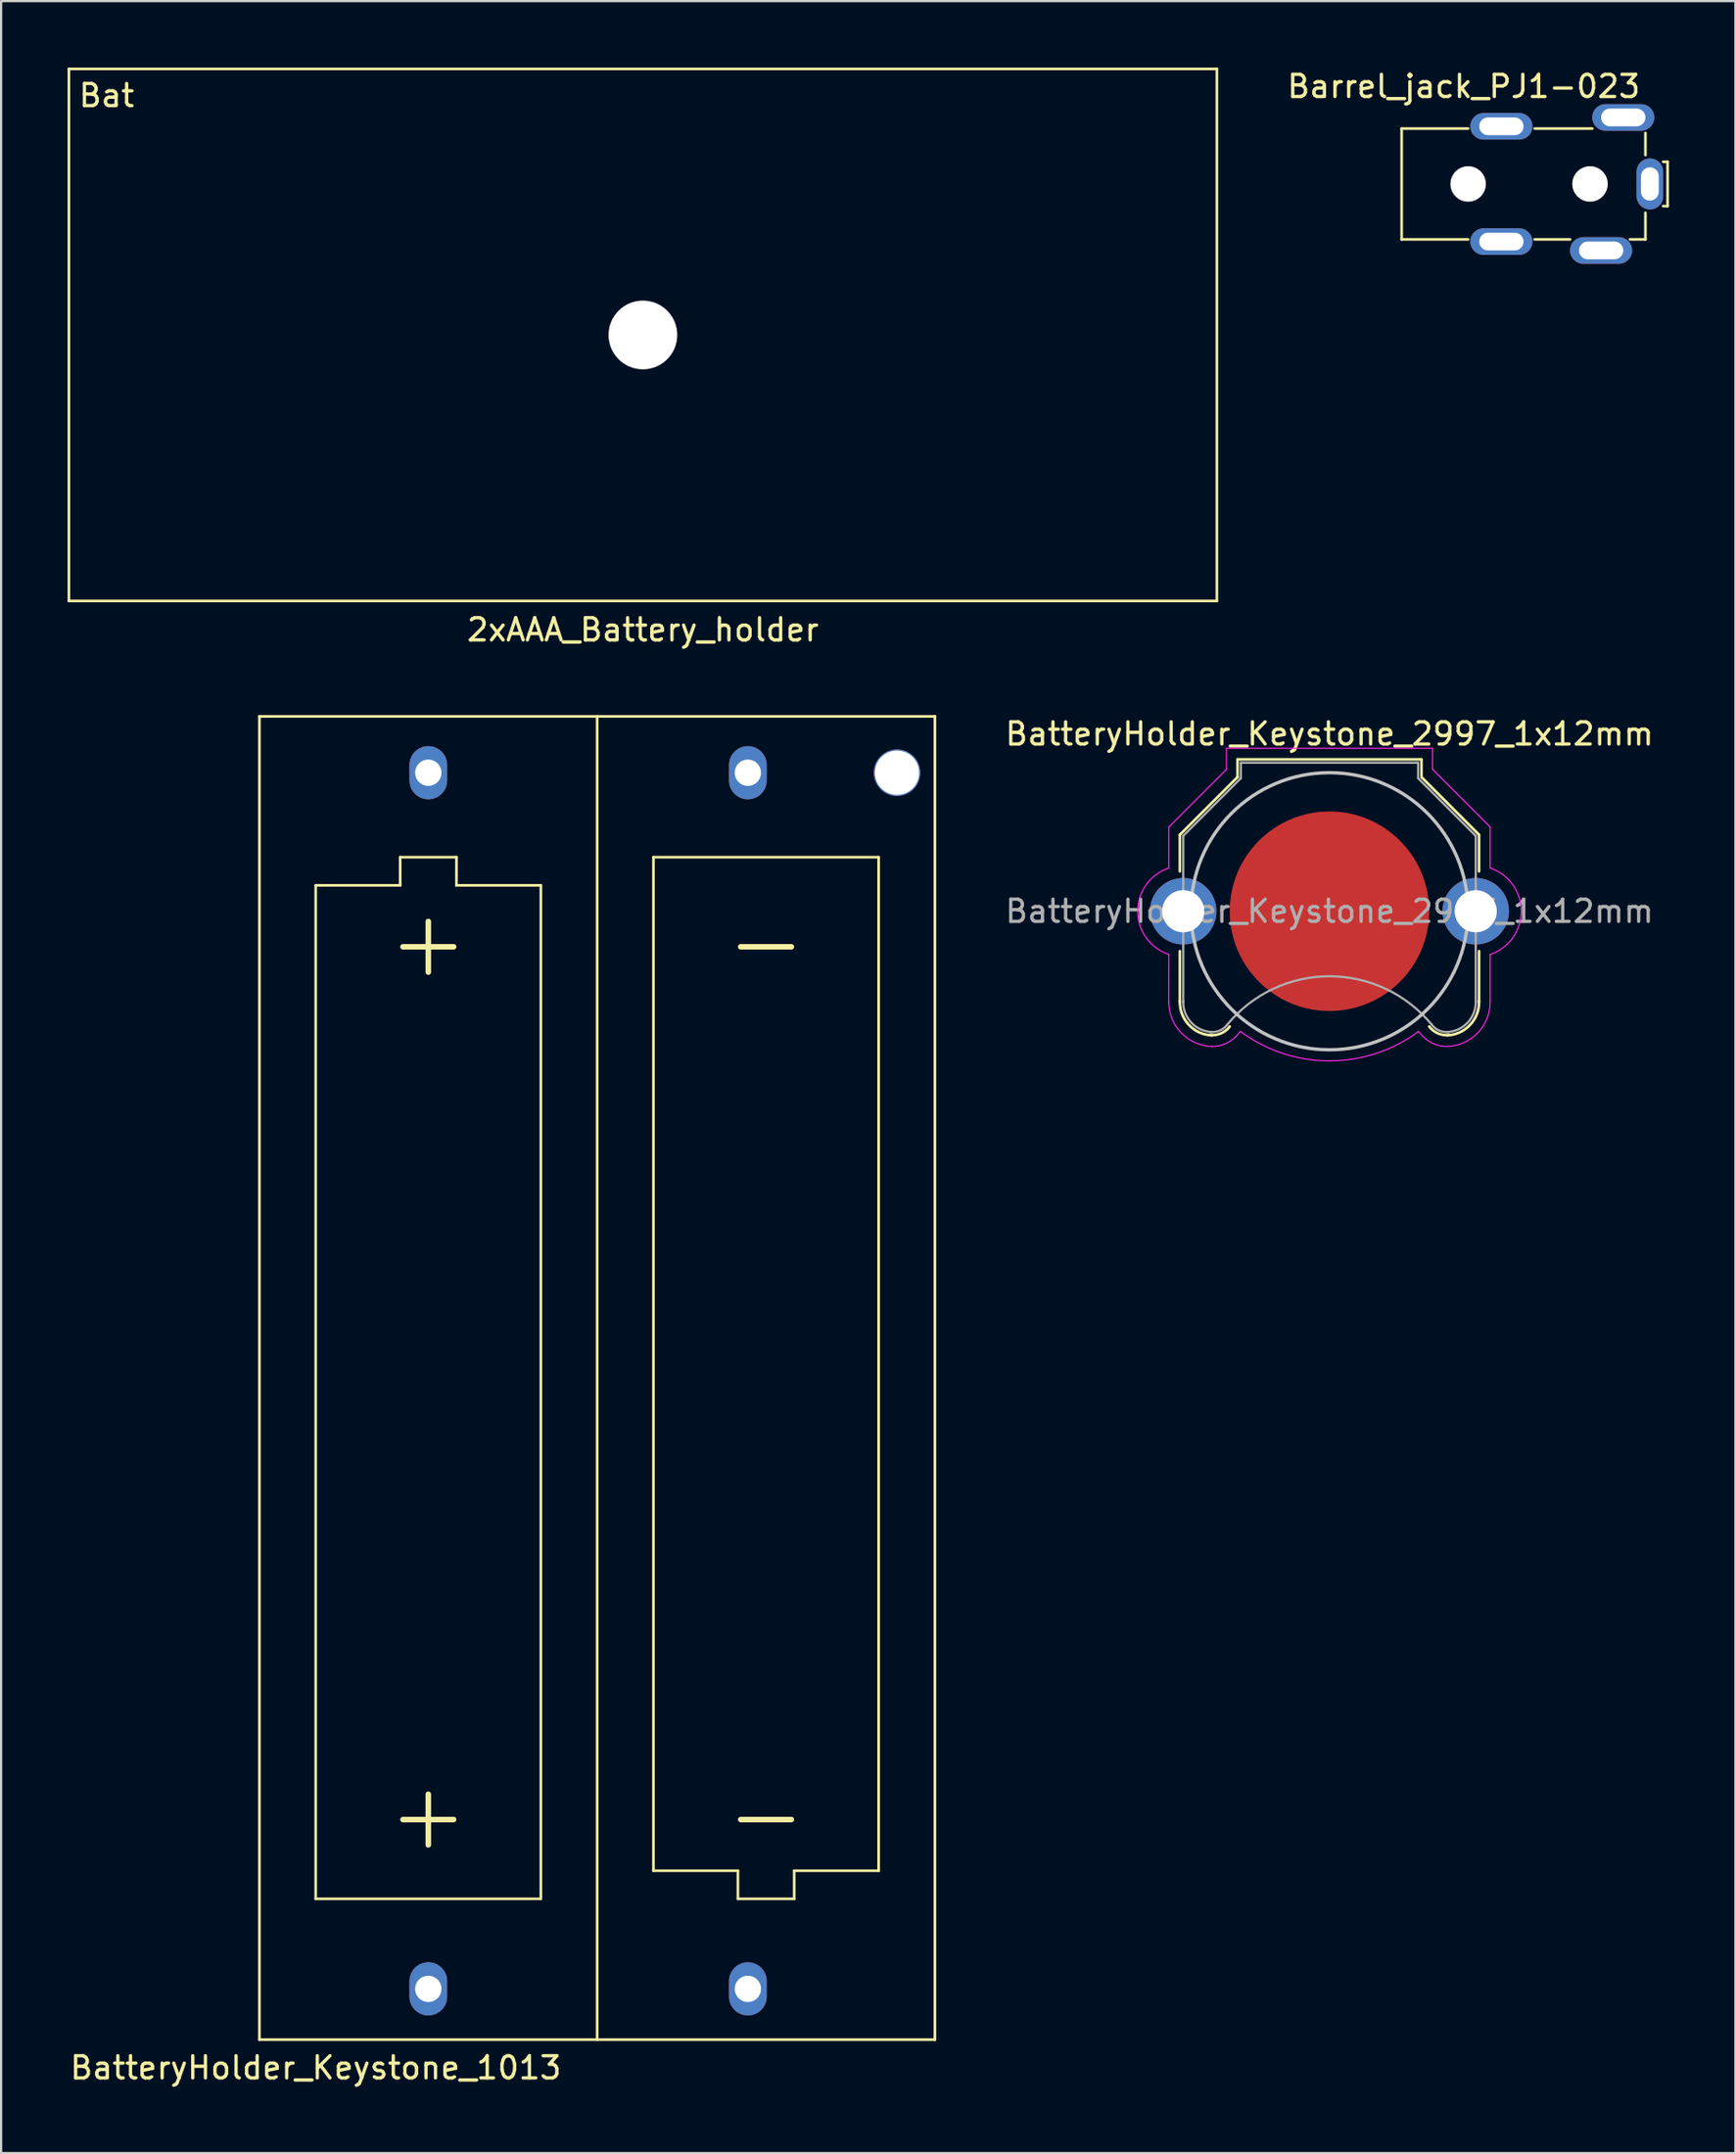
<source format=kicad_pcb>
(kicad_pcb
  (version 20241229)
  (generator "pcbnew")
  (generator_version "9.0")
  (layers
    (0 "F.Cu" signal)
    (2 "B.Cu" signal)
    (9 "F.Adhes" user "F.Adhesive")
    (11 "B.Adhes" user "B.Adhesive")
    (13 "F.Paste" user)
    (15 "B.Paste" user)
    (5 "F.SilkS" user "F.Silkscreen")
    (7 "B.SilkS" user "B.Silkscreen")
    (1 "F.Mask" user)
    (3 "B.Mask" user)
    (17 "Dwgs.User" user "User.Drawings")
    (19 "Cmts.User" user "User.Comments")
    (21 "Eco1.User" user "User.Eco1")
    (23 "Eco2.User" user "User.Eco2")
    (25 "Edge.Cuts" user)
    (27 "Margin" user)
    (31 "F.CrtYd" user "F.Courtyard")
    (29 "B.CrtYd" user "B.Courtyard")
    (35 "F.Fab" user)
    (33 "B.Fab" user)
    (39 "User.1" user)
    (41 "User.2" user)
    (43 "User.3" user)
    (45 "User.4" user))
  (footprint "2xAAA_Battery_holder"
    (layer "F.Cu")
    (at 25.96 12.06)
    (property "Reference" "2xAAA_Battery_holder" (at 0 13.3 0) (layer "F.SilkS") (effects (font (size 1 1) (thickness 0.15))))
    (attr through_hole)
    (fp_line (start -25.9 -12) (end 25.9 -12) (stroke (width 0.12) (type solid)) (layer "F.SilkS"))
    (fp_line (start -25.9 12) (end -25.9 -12) (stroke (width 0.12) (type solid)) (layer "F.SilkS"))
    (fp_line (start 25.9 -12) (end 25.9 12) (stroke (width 0.12) (type solid)) (layer "F.SilkS"))
    (fp_line (start 25.9 12) (end -25.9 12) (stroke (width 0.12) (type solid)) (layer "F.SilkS"))
    (fp_text user "Bat" (at -24.2 -10.8 180) (layer "F.SilkS") (effects (font (size 1 1) (thickness 0.15))))
    (pad "" np_thru_hole circle (at 0 0) (size 3.1 3.1) (drill 3.1) (layers "*.Cu" "*.Mask")))
  (footprint "BatteryHolder_Keystone_2997_1x12mm"
    (layer "F.Cu")
    (at 56.94 38.056)
    (property "Reference" "BatteryHolder_Keystone_2997_1x12mm" (at 0 -8 0) (layer "F.SilkS") (effects (font (size 1 1) (thickness 0.15))))
    (attr through_hole)
    (fp_line (start -6.75 -3.45) (end -4.15 -6.05) (stroke (width 0.12) (type solid)) (layer "F.SilkS"))
    (fp_line (start -6.75 -1.8) (end -6.75 -3.45) (stroke (width 0.12) (type solid)) (layer "F.SilkS"))
    (fp_line (start -6.75 1.8) (end -6.75 4.1) (stroke (width 0.12) (type solid)) (layer "F.SilkS"))
    (fp_line (start -4.15 -6.85) (end 4.15 -6.85) (stroke (width 0.12) (type solid)) (layer "F.SilkS"))
    (fp_line (start -4.15 -6.05) (end -4.15 -6.85) (stroke (width 0.12) (type solid)) (layer "F.SilkS"))
    (fp_line (start 4.15 -6.85) (end 4.15 -6.05) (stroke (width 0.12) (type solid)) (layer "F.SilkS"))
    (fp_line (start 4.15 -6.05) (end 6.75 -3.45) (stroke (width 0.12) (type solid)) (layer "F.SilkS"))
    (fp_line (start 6.75 -3.45) (end 6.75 -1.8) (stroke (width 0.12) (type solid)) (layer "F.SilkS"))
    (fp_line (start 6.75 1.8) (end 6.75 4.1) (stroke (width 0.12) (type solid)) (layer "F.SilkS"))
    (fp_arc (start -5.3 5.6) (mid -6.346016 5.125305) (end -6.75 4.05) (stroke (width 0.12) (type solid)) (layer "F.SilkS"))
    (fp_arc (start -4.5 5.2) (mid -4.90584 5.514615) (end -5.414615 5.58416) (stroke (width 0.12) (type solid)) (layer "F.SilkS"))
    (fp_arc (start 5.414615 5.58416) (mid 4.90584 5.514615) (end 4.5 5.2) (stroke (width 0.12) (type solid)) (layer "F.SilkS"))
    (fp_arc (start 6.75 4.05) (mid 6.346016 5.125305) (end 5.3 5.6) (stroke (width 0.12) (type solid)) (layer "F.SilkS"))
    (fp_circle (center 0 0) (end 0 6.25) (stroke (width 0.15) (type solid)) (fill no) (layer "Dwgs.User"))
    (fp_line (start -7.25 -3.8) (end -4.65 -6.4) (stroke (width 0.05) (type solid)) (layer "F.CrtYd"))
    (fp_line (start -7.25 -1.95) (end -7.25 -3.8) (stroke (width 0.05) (type solid)) (layer "F.CrtYd"))
    (fp_line (start -7.25 1.95) (end -7.251 4.1) (stroke (width 0.05) (type solid)) (layer "F.CrtYd"))
    (fp_line (start -4.65 -7.35) (end 4.65 -7.35) (stroke (width 0.05) (type solid)) (layer "F.CrtYd"))
    (fp_line (start -4.65 -6.4) (end -4.65 -7.35) (stroke (width 0.05) (type solid)) (layer "F.CrtYd"))
    (fp_line (start 4.65 -6.4) (end 4.65 -7.35) (stroke (width 0.05) (type solid)) (layer "F.CrtYd"))
    (fp_line (start 7.25 -3.8) (end 4.65 -6.4) (stroke (width 0.05) (type solid)) (layer "F.CrtYd"))
    (fp_line (start 7.25 -1.95) (end 7.25 -3.8) (stroke (width 0.05) (type solid)) (layer "F.CrtYd"))
    (fp_line (start 7.25 1.95) (end 7.249 4.05) (stroke (width 0.05) (type solid)) (layer "F.CrtYd"))
    (fp_arc (start -7.25 1.95) (mid -8.65548 0) (end -7.25 -1.95) (stroke (width 0.05) (type solid)) (layer "F.CrtYd"))
    (fp_arc (start -5.299994 6.0991) (mid -6.681586 5.496232) (end -7.249725 4.1) (stroke (width 0.05) (type solid)) (layer "F.CrtYd"))
    (fp_arc (start -4.22 5.65) (mid -4.714391 5.984223) (end -5.299994 6.0991) (stroke (width 0.05) (type solid)) (layer "F.CrtYd"))
    (fp_arc (start -4.22 5.65) (mid -4.123264 5.533596) (end -4.0234 5.419865) (stroke (width 0.05) (type solid)) (layer "F.CrtYd"))
    (fp_arc (start 0 6.75) (mid -2.118783 6.408842) (end -4.023392 5.419854) (stroke (width 0.05) (type solid)) (layer "F.CrtYd"))
    (fp_arc (start 4.016922 5.424673) (mid 4.120044 5.53591) (end 4.22 5.65) (stroke (width 0.05) (type solid)) (layer "F.CrtYd"))
    (fp_arc (start 4.017026 5.424574) (mid 2.115021 6.410085) (end 0 6.75) (stroke (width 0.05) (type solid)) (layer "F.CrtYd"))
    (fp_arc (start 5.513125 6.082436) (mid 4.814553 6.021742) (end 4.22 5.65) (stroke (width 0.05) (type solid)) (layer "F.CrtYd"))
    (fp_arc (start 7.249197 4.05002) (mid 6.770593 5.398878) (end 5.513125 6.082436) (stroke (width 0.05) (type solid)) (layer "F.CrtYd"))
    (fp_arc (start 7.25 -1.95) (mid 8.65548 0) (end 7.25 1.95) (stroke (width 0.05) (type solid)) (layer "F.CrtYd"))
    (fp_line (start -6.6 -3.4) (end -6.6 4.1) (stroke (width 0.1) (type solid)) (layer "F.Fab"))
    (fp_line (start -4 -6.7) (end -4 -6) (stroke (width 0.1) (type solid)) (layer "F.Fab"))
    (fp_line (start -4 -6.7) (end 4 -6.7) (stroke (width 0.1) (type solid)) (layer "F.Fab"))
    (fp_line (start -4 -6) (end -6.6 -3.4) (stroke (width 0.1) (type solid)) (layer "F.Fab"))
    (fp_line (start 4 -6.7) (end 4 -6) (stroke (width 0.1) (type solid)) (layer "F.Fab"))
    (fp_line (start 4 -6) (end 6.6 -3.4) (stroke (width 0.1) (type solid)) (layer "F.Fab"))
    (fp_line (start 6.6 -3.4) (end 6.6 4.1) (stroke (width 0.1) (type solid)) (layer "F.Fab"))
    (fp_arc (start -5.3 5.45) (mid -6.239949 5.019239) (end -6.6 4.05) (stroke (width 0.1) (type solid)) (layer "F.Fab"))
    (fp_arc (start -4.6 5.1) (mid -4.942443 5.378013) (end -5.378013 5.447558) (stroke (width 0.1) (type solid)) (layer "F.Fab"))
    (fp_arc (start -4.6 5.1) (mid 0.006214 2.93343) (end 4.607905 5.109589) (stroke (width 0.1) (type solid)) (layer "F.Fab"))
    (fp_arc (start 5.378013 5.447558) (mid 4.942442 5.378013) (end 4.6 5.1) (stroke (width 0.1) (type solid)) (layer "F.Fab"))
    (fp_arc (start 6.6 4.05) (mid 6.239949 5.019239) (end 5.3 5.45) (stroke (width 0.1) (type solid)) (layer "F.Fab"))
    (fp_text user "${REFERENCE}" (at 0 0 0) (layer "F.Fab") (effects (font (size 1 1) (thickness 0.15))))
    (pad "1" thru_hole circle (at -6.6 0) (size 3 3) (drill 1.9) (layers "*.Cu" "*.Mask"))
    (pad "1" thru_hole circle (at 6.6 0) (size 3 3) (drill 1.9) (layers "*.Cu" "*.Mask"))
    (pad "2" smd circle (at 0 0) (size 9 9) (layers "F.Cu" "F.Mask")))
  (footprint "BatteryHolder_Keystone_1013"
    (layer "F.Cu")
    (at 16.276 31.808)
    (property "Reference" "BatteryHolder_Keystone_1013" (at -5.08 58.42 0) (layer "F.SilkS") (effects (font (size 1 1) (thickness 0.15))))
    (attr through_hole)
    (fp_line (start -7.62 -2.54) (end -7.62 57.15) (stroke (width 0.12) (type solid)) (layer "F.SilkS"))
    (fp_line (start -7.62 -2.54) (end 22.86 -2.54) (stroke (width 0.12) (type solid)) (layer "F.SilkS"))
    (fp_line (start -7.62 57.15) (end 22.86 57.15) (stroke (width 0.12) (type solid)) (layer "F.SilkS"))
    (fp_line (start -5.08 5.08) (end -5.08 50.8) (stroke (width 0.12) (type solid)) (layer "F.SilkS"))
    (fp_line (start -5.08 50.8) (end 5.08 50.8) (stroke (width 0.12) (type solid)) (layer "F.SilkS"))
    (fp_line (start -1.27 3.81) (end 1.27 3.81) (stroke (width 0.12) (type solid)) (layer "F.SilkS"))
    (fp_line (start -1.27 5.08) (end -5.08 5.08) (stroke (width 0.12) (type solid)) (layer "F.SilkS"))
    (fp_line (start -1.27 5.08) (end -1.27 3.81) (stroke (width 0.12) (type solid)) (layer "F.SilkS"))
    (fp_line (start 1.27 3.81) (end 1.27 5.08) (stroke (width 0.12) (type solid)) (layer "F.SilkS"))
    (fp_line (start 1.27 5.08) (end 5.08 5.08) (stroke (width 0.12) (type solid)) (layer "F.SilkS"))
    (fp_line (start 5.08 5.08) (end 5.08 50.8) (stroke (width 0.12) (type solid)) (layer "F.SilkS"))
    (fp_line (start 7.62 -2.54) (end 7.62 57.15) (stroke (width 0.12) (type solid)) (layer "F.SilkS"))
    (fp_line (start 10.16 3.81) (end 10.16 49.53) (stroke (width 0.12) (type solid)) (layer "F.SilkS"))
    (fp_line (start 10.16 49.53) (end 13.97 49.53) (stroke (width 0.12) (type solid)) (layer "F.SilkS"))
    (fp_line (start 13.97 49.53) (end 13.97 50.8) (stroke (width 0.12) (type solid)) (layer "F.SilkS"))
    (fp_line (start 13.97 50.8) (end 16.51 50.8) (stroke (width 0.12) (type solid)) (layer "F.SilkS"))
    (fp_line (start 16.51 49.53) (end 20.32 49.53) (stroke (width 0.12) (type solid)) (layer "F.SilkS"))
    (fp_line (start 16.51 50.8) (end 16.51 49.53) (stroke (width 0.12) (type solid)) (layer "F.SilkS"))
    (fp_line (start 20.32 3.81) (end 10.16 3.81) (stroke (width 0.12) (type solid)) (layer "F.SilkS"))
    (fp_line (start 20.32 49.53) (end 20.32 3.81) (stroke (width 0.12) (type solid)) (layer "F.SilkS"))
    (fp_line (start 22.86 -2.54) (end 22.86 57.15) (stroke (width 0.12) (type solid)) (layer "F.SilkS"))
    (fp_text user "+" (at 0 7.62 0) (layer "F.SilkS") (effects (font (size 3 3) (thickness 0.25))))
    (fp_text user "-" (at 15.24 46.99 0) (layer "F.SilkS") (effects (font (size 3 3) (thickness 0.25))))
    (fp_text user "+" (at 0 46.99 0) (layer "F.SilkS") (effects (font (size 3 3) (thickness 0.25))))
    (fp_text user "-" (at 15.24 7.62 0) (layer "F.SilkS") (effects (font (size 3 3) (thickness 0.25))))
    (pad "1" thru_hole oval (at 0 0) (size 1.7 2.4) (drill 1.19) (layers "*.Cu" "*.Mask"))
    (pad "2" thru_hole oval (at 0 54.86) (size 1.7 2.4) (drill 1.19) (layers "*.Cu" "*.Mask"))
    (pad "3" thru_hole oval (at 14.42 0) (size 1.7 2.4) (drill 1.19) (layers "*.Cu" "*.Mask"))
    (pad "4" thru_hole oval (at 14.42 54.86) (size 1.7 2.4) (drill 1.19) (layers "*.Cu" "*.Mask"))
    (pad "5" thru_hole circle (at 21.15 0) (size 2.1 2.1) (drill 2) (layers "*.Cu" "*.Mask")))
  (footprint "Barrel_jack_PJ1-023"
    (layer "F.Cu")
    (at 63.197 5.248)
    (property "Reference" "Barrel_jack_PJ1-023" (at -0.2 -4.4 0) (unlocked yes) (layer "F.SilkS") (effects (font (size 1 1) (thickness 0.15))))
    (attr through_hole)
    (fp_line (start -3 -2.5) (end 0 -2.5) (stroke (width 0.12) (type solid)) (layer "F.SilkS"))
    (fp_line (start -3 2.5) (end -3 -2.5) (stroke (width 0.12) (type solid)) (layer "F.SilkS"))
    (fp_line (start 0 2.5) (end -3 2.5) (stroke (width 0.12) (type solid)) (layer "F.SilkS"))
    (fp_line (start 3 -2.5) (end 5.6 -2.5) (stroke (width 0.12) (type solid)) (layer "F.SilkS"))
    (fp_line (start 4.6 2.5) (end 3 2.5) (stroke (width 0.12) (type solid)) (layer "F.SilkS"))
    (fp_line (start 8 -2.3) (end 8 -1.3) (stroke (width 0.12) (type solid)) (layer "F.SilkS"))
    (fp_line (start 8 1.3) (end 8 2.5) (stroke (width 0.12) (type solid)) (layer "F.SilkS"))
    (fp_line (start 8 2.5) (end 7.3 2.5) (stroke (width 0.12) (type solid)) (layer "F.SilkS"))
    (fp_line (start 8.8 -1) (end 9 -1) (stroke (width 0.12) (type solid)) (layer "F.SilkS"))
    (fp_line (start 9 -1) (end 9 1) (stroke (width 0.12) (type solid)) (layer "F.SilkS"))
    (fp_line (start 9 1) (end 8.8 1) (stroke (width 0.12) (type solid)) (layer "F.SilkS"))
    (pad "" np_thru_hole circle (at 0 0) (size 1.6 1.6) (drill 1.6) (layers "*.Cu" "*.Mask"))
    (pad "" thru_hole oval (at 1.5 -2.6) (size 2.8 1.2) (drill oval 2 0.8) (layers "*.Cu" "*.Mask"))
    (pad "" thru_hole oval (at 1.5 2.6) (size 2.8 1.2) (drill oval 2 0.8) (layers "*.Cu" "*.Mask"))
    (pad "" np_thru_hole circle (at 5.5 0) (size 1.6 1.6) (drill 1.6) (layers "*.Cu" "*.Mask"))
    (pad "1" thru_hole oval (at 8.2 0) (size 1.2 2.3) (drill oval 0.8 1.5) (layers "*.Cu" "*.Mask"))
    (pad "2" thru_hole oval (at 6 3) (size 2.8 1.2) (drill oval 2 0.8) (layers "*.Cu" "*.Mask"))
    (pad "3" thru_hole oval (at 7 -3) (size 2.8 1.2) (drill oval 2 0.8) (layers "*.Cu" "*.Mask")))
  (gr_rect
    (start -3 -3)
    (end 75.257 94.076)
    (stroke (width 0.1) (type default))
    (fill no)
    (layer "Edge.Cuts")))
</source>
